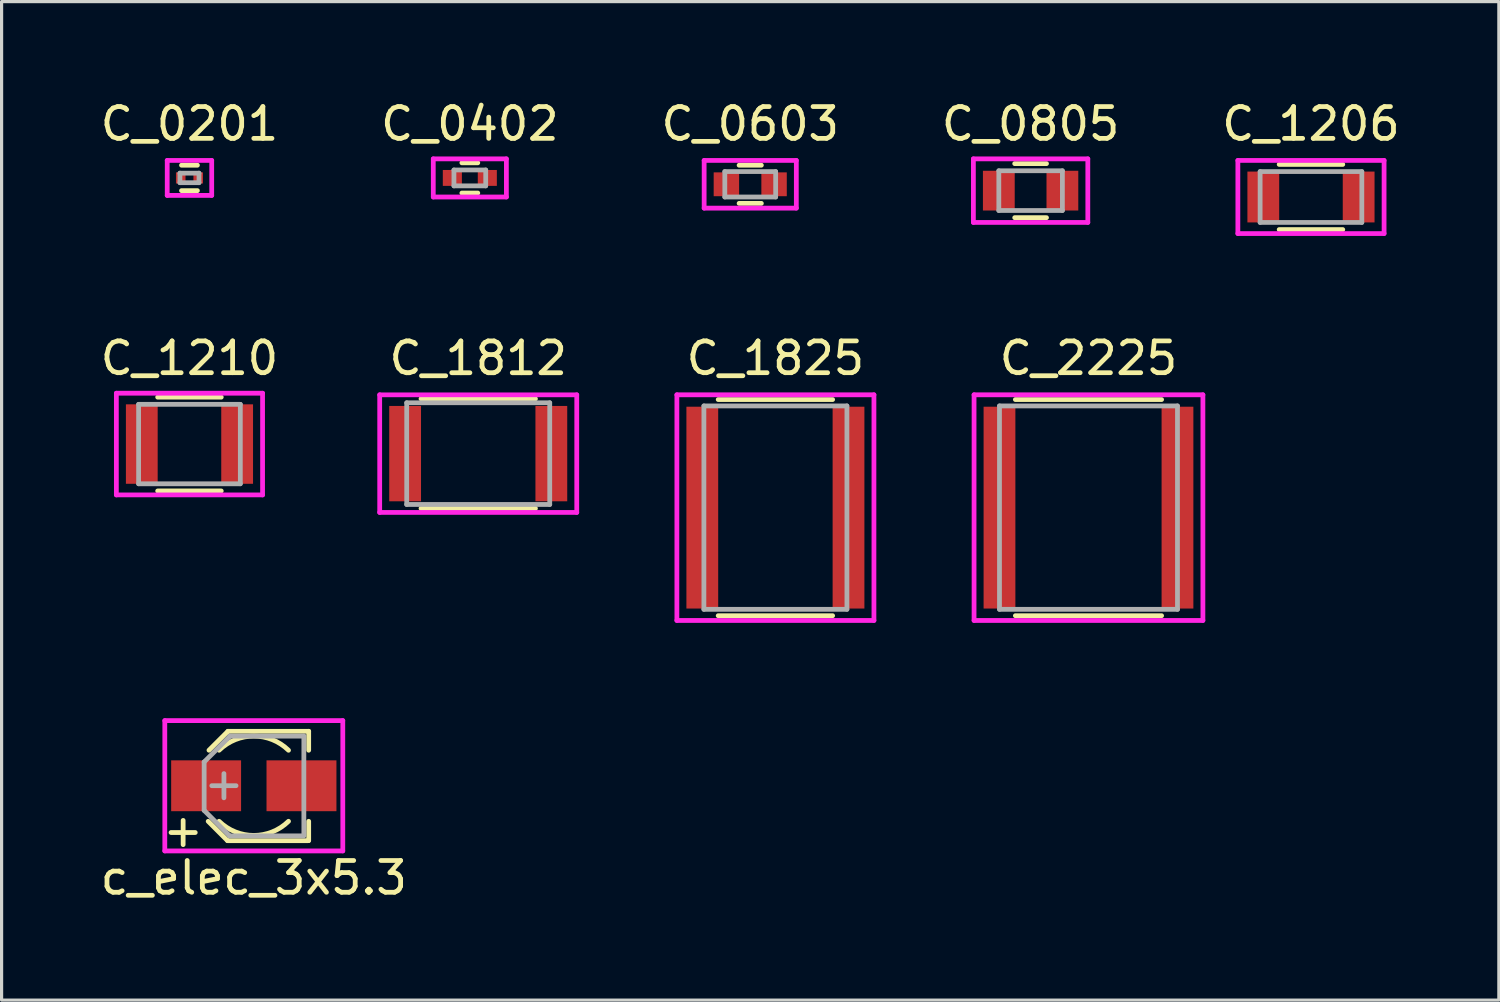
<source format=kicad_pcb>
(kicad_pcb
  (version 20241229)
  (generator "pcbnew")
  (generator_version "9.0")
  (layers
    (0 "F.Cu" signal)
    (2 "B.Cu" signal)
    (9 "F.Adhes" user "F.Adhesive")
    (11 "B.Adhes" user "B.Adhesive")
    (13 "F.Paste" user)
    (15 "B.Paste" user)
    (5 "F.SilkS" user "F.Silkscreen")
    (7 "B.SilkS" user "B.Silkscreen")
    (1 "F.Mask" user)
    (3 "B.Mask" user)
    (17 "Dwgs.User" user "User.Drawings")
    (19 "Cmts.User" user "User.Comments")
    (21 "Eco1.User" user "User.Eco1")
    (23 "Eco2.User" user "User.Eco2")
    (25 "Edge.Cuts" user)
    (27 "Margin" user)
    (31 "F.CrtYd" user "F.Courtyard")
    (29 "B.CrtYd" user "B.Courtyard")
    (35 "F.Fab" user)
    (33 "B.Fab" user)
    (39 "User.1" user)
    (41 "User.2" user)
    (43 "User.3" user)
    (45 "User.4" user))
  (footprint "C_1210"
    (layer "F.Cu")
    (at 2.911 10.921)
    (property "Reference" "C_1210" (at 0 -2.7 0) (layer "F.SilkS") (effects (font (size 1 1) (thickness 0.15))))
    (attr smd)
    (fp_line (start -1 1.475) (end 1 1.475) (stroke (width 0.15) (type solid)) (layer "F.SilkS"))
    (fp_line (start 1 -1.475) (end -1 -1.475) (stroke (width 0.15) (type solid)) (layer "F.SilkS"))
    (fp_line (start -2.3 -1.6) (end -2.3 1.6) (stroke (width 0.15) (type solid)) (layer "F.CrtYd"))
    (fp_line (start -2.3 -1.6) (end 2.3 -1.6) (stroke (width 0.15) (type solid)) (layer "F.CrtYd"))
    (fp_line (start -2.3 1.6) (end 2.3 1.6) (stroke (width 0.15) (type solid)) (layer "F.CrtYd"))
    (fp_line (start 2.3 -1.6) (end 2.3 1.6) (stroke (width 0.15) (type solid)) (layer "F.CrtYd"))
    (fp_line (start -1.6 -1.25) (end 1.6 -1.25) (stroke (width 0.15) (type solid)) (layer "F.Fab"))
    (fp_line (start -1.6 1.25) (end -1.6 -1.25) (stroke (width 0.15) (type solid)) (layer "F.Fab"))
    (fp_line (start 1.6 -1.25) (end 1.6 1.25) (stroke (width 0.15) (type solid)) (layer "F.Fab"))
    (fp_line (start 1.6 1.25) (end -1.6 1.25) (stroke (width 0.15) (type solid)) (layer "F.Fab"))
    (pad "1" smd rect (at -1.5 0) (size 1 2.5) (layers "F.Cu" "F.Mask" "F.Paste"))
    (pad "2" smd rect (at 1.5 0) (size 1 2.5) (layers "F.Cu" "F.Mask" "F.Paste")))
  (footprint "C_0402"
    (layer "F.Cu")
    (at 11.732 2.548)
    (property "Reference" "C_0402" (at 0 -1.7 0) (layer "F.SilkS") (effects (font (size 1 1) (thickness 0.15))))
    (attr smd)
    (fp_line (start -0.25 0.475) (end 0.25 0.475) (stroke (width 0.15) (type solid)) (layer "F.SilkS"))
    (fp_line (start 0.25 -0.475) (end -0.25 -0.475) (stroke (width 0.15) (type solid)) (layer "F.SilkS"))
    (fp_line (start -1.15 -0.6) (end -1.15 0.6) (stroke (width 0.15) (type solid)) (layer "F.CrtYd"))
    (fp_line (start -1.15 -0.6) (end 1.15 -0.6) (stroke (width 0.15) (type solid)) (layer "F.CrtYd"))
    (fp_line (start -1.15 0.6) (end 1.15 0.6) (stroke (width 0.15) (type solid)) (layer "F.CrtYd"))
    (fp_line (start 1.15 -0.6) (end 1.15 0.6) (stroke (width 0.15) (type solid)) (layer "F.CrtYd"))
    (fp_line (start -0.5 -0.25) (end 0.5 -0.25) (stroke (width 0.15) (type solid)) (layer "F.Fab"))
    (fp_line (start -0.5 0.25) (end -0.5 -0.25) (stroke (width 0.15) (type solid)) (layer "F.Fab"))
    (fp_line (start 0.5 -0.25) (end 0.5 0.25) (stroke (width 0.15) (type solid)) (layer "F.Fab"))
    (fp_line (start 0.5 0.25) (end -0.5 0.25) (stroke (width 0.15) (type solid)) (layer "F.Fab"))
    (pad "1" smd rect (at -0.55 0) (size 0.6 0.5) (layers "F.Cu" "F.Mask" "F.Paste"))
    (pad "2" smd rect (at 0.55 0) (size 0.6 0.5) (layers "F.Cu" "F.Mask" "F.Paste")))
  (footprint "C_0603"
    (layer "F.Cu")
    (at 20.554 2.748)
    (property "Reference" "C_0603" (at 0 -1.9 0) (layer "F.SilkS") (effects (font (size 1 1) (thickness 0.15))))
    (attr smd)
    (fp_line (start -0.35 -0.6) (end 0.35 -0.6) (stroke (width 0.15) (type solid)) (layer "F.SilkS"))
    (fp_line (start 0.35 0.6) (end -0.35 0.6) (stroke (width 0.15) (type solid)) (layer "F.SilkS"))
    (fp_line (start -1.45 -0.75) (end -1.45 0.75) (stroke (width 0.15) (type solid)) (layer "F.CrtYd"))
    (fp_line (start -1.45 -0.75) (end 1.45 -0.75) (stroke (width 0.15) (type solid)) (layer "F.CrtYd"))
    (fp_line (start -1.45 0.75) (end 1.45 0.75) (stroke (width 0.15) (type solid)) (layer "F.CrtYd"))
    (fp_line (start 1.45 -0.75) (end 1.45 0.75) (stroke (width 0.15) (type solid)) (layer "F.CrtYd"))
    (fp_line (start -0.8 -0.4) (end 0.8 -0.4) (stroke (width 0.15) (type solid)) (layer "F.Fab"))
    (fp_line (start -0.8 0.4) (end -0.8 -0.4) (stroke (width 0.15) (type solid)) (layer "F.Fab"))
    (fp_line (start 0.8 -0.4) (end 0.8 0.4) (stroke (width 0.15) (type solid)) (layer "F.Fab"))
    (fp_line (start 0.8 0.4) (end -0.8 0.4) (stroke (width 0.15) (type solid)) (layer "F.Fab"))
    (pad "1" smd rect (at -0.75 0) (size 0.8 0.75) (layers "F.Cu" "F.Mask" "F.Paste"))
    (pad "2" smd rect (at 0.75 0) (size 0.8 0.75) (layers "F.Cu" "F.Mask" "F.Paste")))
  (footprint "C_0805"
    (layer "F.Cu")
    (at 29.375 2.948)
    (property "Reference" "C_0805" (at 0 -2.1 0) (layer "F.SilkS") (effects (font (size 1 1) (thickness 0.15))))
    (attr smd)
    (fp_line (start -0.5 0.85) (end 0.5 0.85) (stroke (width 0.15) (type solid)) (layer "F.SilkS"))
    (fp_line (start 0.5 -0.85) (end -0.5 -0.85) (stroke (width 0.15) (type solid)) (layer "F.SilkS"))
    (fp_line (start -1.8 -1) (end -1.8 1) (stroke (width 0.15) (type solid)) (layer "F.CrtYd"))
    (fp_line (start -1.8 -1) (end 1.8 -1) (stroke (width 0.15) (type solid)) (layer "F.CrtYd"))
    (fp_line (start -1.8 1) (end 1.8 1) (stroke (width 0.15) (type solid)) (layer "F.CrtYd"))
    (fp_line (start 1.8 -1) (end 1.8 1) (stroke (width 0.15) (type solid)) (layer "F.CrtYd"))
    (fp_line (start -1 -0.625) (end 1 -0.625) (stroke (width 0.15) (type solid)) (layer "F.Fab"))
    (fp_line (start -1 0.625) (end -1 -0.625) (stroke (width 0.15) (type solid)) (layer "F.Fab"))
    (fp_line (start 1 -0.625) (end 1 0.625) (stroke (width 0.15) (type solid)) (layer "F.Fab"))
    (fp_line (start 1 0.625) (end -1 0.625) (stroke (width 0.15) (type solid)) (layer "F.Fab"))
    (pad "1" smd rect (at -1 0) (size 1 1.25) (layers "F.Cu" "F.Mask" "F.Paste"))
    (pad "2" smd rect (at 1 0) (size 1 1.25) (layers "F.Cu" "F.Mask" "F.Paste")))
  (footprint "c_elec_3x5.3"
    (layer "F.Cu")
    (at 4.935 21.672)
    (property "Reference" "c_elec_3x5.3" (at 0 2.896 0) (layer "F.SilkS") (effects (font (size 1 1) (thickness 0.15))))
    (attr smd)
    (fp_line (start -0.826 1.727) (end -1.435 1.118) (stroke (width 0.15) (type solid)) (layer "F.SilkS"))
    (fp_line (start -0.826 1.727) (end 1.714 1.727) (stroke (width 0.15) (type solid)) (layer "F.SilkS"))
    (fp_line (start -0.813 -1.714) (end -1.41 -1.118) (stroke (width 0.15) (type solid)) (layer "F.SilkS"))
    (fp_line (start 1.727 -1.714) (end -0.813 -1.714) (stroke (width 0.15) (type solid)) (layer "F.SilkS"))
    (fp_line (start 1.727 -1.714) (end 1.727 -1.118) (stroke (width 0.15) (type solid)) (layer "F.SilkS"))
    (fp_line (start 1.727 1.727) (end 1.727 1.118) (stroke (width 0.15) (type solid)) (layer "F.SilkS"))
    (fp_arc (start -1.0922 -1.1176) (mid 0.000233 -1.562668) (end 1.092533 -1.117274) (stroke (width 0.15) (type solid)) (layer "F.SilkS"))
    (fp_arc (start 1.0922 1.1176) (mid -0.000233 1.562668) (end -1.092533 1.117274) (stroke (width 0.15) (type solid)) (layer "F.SilkS"))
    (fp_line (start -2.8 -2.05) (end -2.8 2.05) (stroke (width 0.15) (type solid)) (layer "F.CrtYd"))
    (fp_line (start -2.8 2.05) (end 2.8 2.05) (stroke (width 0.15) (type solid)) (layer "F.CrtYd"))
    (fp_line (start 2.8 -2.05) (end -2.8 -2.05) (stroke (width 0.15) (type solid)) (layer "F.CrtYd"))
    (fp_line (start 2.8 2.05) (end 2.8 -2.05) (stroke (width 0.15) (type solid)) (layer "F.CrtYd"))
    (fp_line (start -1.562 -0.749) (end -1.562 0.775) (stroke (width 0.15) (type solid)) (layer "F.Fab"))
    (fp_line (start -0.762 1.575) (end -1.562 0.775) (stroke (width 0.15) (type solid)) (layer "F.Fab"))
    (fp_line (start -0.749 -1.562) (end -1.562 -0.749) (stroke (width 0.15) (type solid)) (layer "F.Fab"))
    (fp_line (start 1.562 1.575) (end -0.762 1.575) (stroke (width 0.15) (type solid)) (layer "F.Fab"))
    (fp_line (start 1.575 -1.562) (end -0.749 -1.562) (stroke (width 0.15) (type solid)) (layer "F.Fab"))
    (fp_line (start 1.575 1.575) (end 1.575 -1.562) (stroke (width 0.15) (type solid)) (layer "F.Fab"))
    (fp_text user "+" (at -2.223 1.397 0) (layer "F.SilkS") (effects (font (size 1 1) (thickness 0.15))))
    (fp_text user "+" (at -0.94 -0.076 0) (layer "F.Fab") (effects (font (size 1 1) (thickness 0.15))))
    (pad "1" smd rect (at -1.5 0) (size 2.2 1.6) (layers "F.Cu" "F.Mask" "F.Paste"))
    (pad "2" smd rect (at 1.5 0) (size 2.2 1.6) (layers "F.Cu" "F.Mask" "F.Paste")))
  (footprint "C_1825"
    (layer "F.Cu")
    (at 21.346 12.921)
    (property "Reference" "C_1825" (at 0 -4.7 0) (layer "F.SilkS") (effects (font (size 1 1) (thickness 0.15))))
    (attr smd)
    (fp_line (start -1.8 3.4) (end 1.8 3.4) (stroke (width 0.15) (type solid)) (layer "F.SilkS"))
    (fp_line (start 1.8 -3.4) (end -1.8 -3.4) (stroke (width 0.15) (type solid)) (layer "F.SilkS"))
    (fp_line (start -3.1 -3.55) (end -3.1 3.55) (stroke (width 0.15) (type solid)) (layer "F.CrtYd"))
    (fp_line (start -3.1 -3.55) (end 3.1 -3.55) (stroke (width 0.15) (type solid)) (layer "F.CrtYd"))
    (fp_line (start -3.1 3.55) (end 3.1 3.55) (stroke (width 0.15) (type solid)) (layer "F.CrtYd"))
    (fp_line (start 3.1 -3.55) (end 3.1 3.55) (stroke (width 0.15) (type solid)) (layer "F.CrtYd"))
    (fp_line (start -2.25 -3.2) (end 2.25 -3.2) (stroke (width 0.15) (type solid)) (layer "F.Fab"))
    (fp_line (start -2.25 3.2) (end -2.25 -3.2) (stroke (width 0.15) (type solid)) (layer "F.Fab"))
    (fp_line (start 2.25 -3.2) (end 2.25 3.2) (stroke (width 0.15) (type solid)) (layer "F.Fab"))
    (fp_line (start 2.25 3.2) (end -2.25 3.2) (stroke (width 0.15) (type solid)) (layer "F.Fab"))
    (pad "1" smd rect (at -2.3 0) (size 1 6.35) (layers "F.Cu" "F.Mask" "F.Paste"))
    (pad "2" smd rect (at 2.3 0) (size 1 6.35) (layers "F.Cu" "F.Mask" "F.Paste")))
  (footprint "C_0201"
    (layer "F.Cu")
    (at 2.911 2.548)
    (property "Reference" "C_0201" (at 0 -1.7 0) (layer "F.SilkS") (effects (font (size 1 1) (thickness 0.15))))
    (attr smd)
    (fp_line (start -0.25 -0.4) (end 0.25 -0.4) (stroke (width 0.15) (type solid)) (layer "F.SilkS"))
    (fp_line (start 0.25 0.4) (end -0.25 0.4) (stroke (width 0.15) (type solid)) (layer "F.SilkS"))
    (fp_line (start -0.7 -0.55) (end -0.7 0.55) (stroke (width 0.15) (type solid)) (layer "F.CrtYd"))
    (fp_line (start -0.7 -0.55) (end 0.7 -0.55) (stroke (width 0.15) (type solid)) (layer "F.CrtYd"))
    (fp_line (start -0.7 0.55) (end 0.7 0.55) (stroke (width 0.15) (type solid)) (layer "F.CrtYd"))
    (fp_line (start 0.7 -0.55) (end 0.7 0.55) (stroke (width 0.15) (type solid)) (layer "F.CrtYd"))
    (fp_line (start -0.3 -0.15) (end 0.3 -0.15) (stroke (width 0.15) (type solid)) (layer "F.Fab"))
    (fp_line (start -0.3 0.15) (end -0.3 -0.15) (stroke (width 0.15) (type solid)) (layer "F.Fab"))
    (fp_line (start 0.3 -0.15) (end 0.3 0.15) (stroke (width 0.15) (type solid)) (layer "F.Fab"))
    (fp_line (start 0.3 0.15) (end -0.3 0.15) (stroke (width 0.15) (type solid)) (layer "F.Fab"))
    (pad "1" smd rect (at -0.275 0) (size 0.3 0.35) (layers "F.Cu" "F.Mask" "F.Paste"))
    (pad "2" smd rect (at 0.275 0) (size 0.3 0.35) (layers "F.Cu" "F.Mask" "F.Paste")))
  (footprint "C_1206"
    (layer "F.Cu")
    (at 38.196 3.148)
    (property "Reference" "C_1206" (at 0 -2.3 0) (layer "F.SilkS") (effects (font (size 1 1) (thickness 0.15))))
    (attr smd)
    (fp_line (start -1 1.025) (end 1 1.025) (stroke (width 0.15) (type solid)) (layer "F.SilkS"))
    (fp_line (start 1 -1.025) (end -1 -1.025) (stroke (width 0.15) (type solid)) (layer "F.SilkS"))
    (fp_line (start -2.3 -1.15) (end -2.3 1.15) (stroke (width 0.15) (type solid)) (layer "F.CrtYd"))
    (fp_line (start -2.3 -1.15) (end 2.3 -1.15) (stroke (width 0.15) (type solid)) (layer "F.CrtYd"))
    (fp_line (start -2.3 1.15) (end 2.3 1.15) (stroke (width 0.15) (type solid)) (layer "F.CrtYd"))
    (fp_line (start 2.3 -1.15) (end 2.3 1.15) (stroke (width 0.15) (type solid)) (layer "F.CrtYd"))
    (fp_line (start -1.6 -0.8) (end 1.6 -0.8) (stroke (width 0.15) (type solid)) (layer "F.Fab"))
    (fp_line (start -1.6 0.8) (end -1.6 -0.8) (stroke (width 0.15) (type solid)) (layer "F.Fab"))
    (fp_line (start 1.6 -0.8) (end 1.6 0.8) (stroke (width 0.15) (type solid)) (layer "F.Fab"))
    (fp_line (start 1.6 0.8) (end -1.6 0.8) (stroke (width 0.15) (type solid)) (layer "F.Fab"))
    (pad "1" smd rect (at -1.5 0) (size 1 1.6) (layers "F.Cu" "F.Mask" "F.Paste"))
    (pad "2" smd rect (at 1.5 0) (size 1 1.6) (layers "F.Cu" "F.Mask" "F.Paste")))
  (footprint "C_2225"
    (layer "F.Cu")
    (at 31.196 12.921)
    (property "Reference" "C_2225" (at 0 -4.7 0) (layer "F.SilkS") (effects (font (size 1 1) (thickness 0.15))))
    (attr smd)
    (fp_line (start -2.3 3.4) (end 2.3 3.4) (stroke (width 0.15) (type solid)) (layer "F.SilkS"))
    (fp_line (start 2.3 -3.4) (end -2.3 -3.4) (stroke (width 0.15) (type solid)) (layer "F.SilkS"))
    (fp_line (start -3.6 -3.55) (end -3.6 3.55) (stroke (width 0.15) (type solid)) (layer "F.CrtYd"))
    (fp_line (start -3.6 -3.55) (end 3.6 -3.55) (stroke (width 0.15) (type solid)) (layer "F.CrtYd"))
    (fp_line (start -3.6 3.55) (end 3.6 3.55) (stroke (width 0.15) (type solid)) (layer "F.CrtYd"))
    (fp_line (start 3.6 -3.55) (end 3.6 3.55) (stroke (width 0.15) (type solid)) (layer "F.CrtYd"))
    (fp_line (start -2.8 -3.2) (end 2.8 -3.2) (stroke (width 0.15) (type solid)) (layer "F.Fab"))
    (fp_line (start -2.8 3.2) (end -2.8 -3.2) (stroke (width 0.15) (type solid)) (layer "F.Fab"))
    (fp_line (start 2.8 -3.2) (end 2.8 3.2) (stroke (width 0.15) (type solid)) (layer "F.Fab"))
    (fp_line (start 2.8 3.2) (end -2.8 3.2) (stroke (width 0.15) (type solid)) (layer "F.Fab"))
    (pad "1" smd rect (at -2.8 0) (size 1 6.35) (layers "F.Cu" "F.Mask" "F.Paste"))
    (pad "2" smd rect (at 2.8 0) (size 1 6.35) (layers "F.Cu" "F.Mask" "F.Paste")))
  (footprint "C_1812"
    (layer "F.Cu")
    (at 11.996 11.222)
    (property "Reference" "C_1812" (at 0 -3 0) (layer "F.SilkS") (effects (font (size 1 1) (thickness 0.15))))
    (attr smd)
    (fp_line (start -1.8 1.725) (end 1.8 1.725) (stroke (width 0.15) (type solid)) (layer "F.SilkS"))
    (fp_line (start 1.8 -1.725) (end -1.8 -1.725) (stroke (width 0.15) (type solid)) (layer "F.SilkS"))
    (fp_line (start -3.1 -1.85) (end -3.1 1.85) (stroke (width 0.15) (type solid)) (layer "F.CrtYd"))
    (fp_line (start -3.1 -1.85) (end 3.1 -1.85) (stroke (width 0.15) (type solid)) (layer "F.CrtYd"))
    (fp_line (start -3.1 1.85) (end 3.1 1.85) (stroke (width 0.15) (type solid)) (layer "F.CrtYd"))
    (fp_line (start 3.1 -1.85) (end 3.1 1.85) (stroke (width 0.15) (type solid)) (layer "F.CrtYd"))
    (fp_line (start -2.25 -1.6) (end 2.25 -1.6) (stroke (width 0.15) (type solid)) (layer "F.Fab"))
    (fp_line (start -2.25 1.6) (end -2.25 -1.6) (stroke (width 0.15) (type solid)) (layer "F.Fab"))
    (fp_line (start 2.25 -1.6) (end 2.25 1.6) (stroke (width 0.15) (type solid)) (layer "F.Fab"))
    (fp_line (start 2.25 1.6) (end -2.25 1.6) (stroke (width 0.15) (type solid)) (layer "F.Fab"))
    (pad "1" smd rect (at -2.3 0) (size 1 3) (layers "F.Cu" "F.Mask" "F.Paste"))
    (pad "2" smd rect (at 2.3 0) (size 1 3) (layers "F.Cu" "F.Mask" "F.Paste")))
  (gr_rect
    (start -3 -3)
    (end 44.107 28.415)
    (stroke (width 0.1) (type default))
    (fill no)
    (layer "Edge.Cuts")))
</source>
